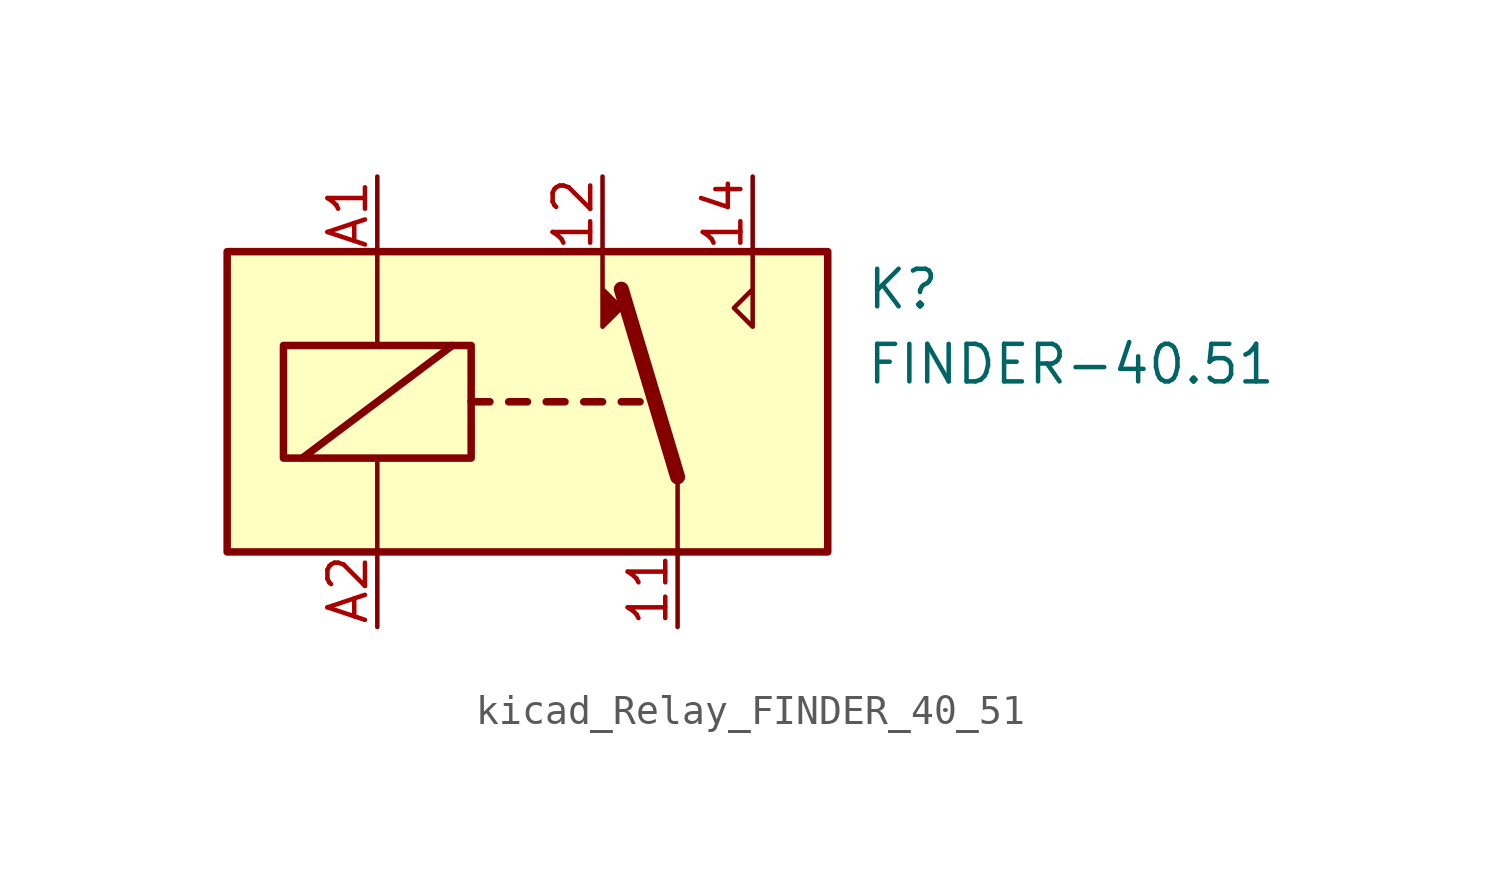
<source format=kicad_sym>
(kicad_symbol_lib
  (version 20220914)
  (generator kicad_symbol_editor)
  (symbol "kicad_Relay_FINDER_40_51"
    (property "Reference" "K"
      (at 11.43 3.81 0)
      (effects (font (size 1.27 1.27)) (justify left)))
    (property "Value" "FINDER-40.51"
      (at 11.43 1.27 0)
      (effects (font (size 1.27 1.27)) (justify left)))
    (symbol "kicad_Relay_FINDER_40_51_0_0"
      (polyline (pts (xy 7.62 5.08) (xy 7.62 2.54) (xy 6.985 3.175) (xy 7.62 3.81)) (stroke (width 0) (type default)) (fill (type none))))
    (symbol "kicad_Relay_FINDER_40_51_0_1"
      (rectangle (start -10.16 5.08) (end 10.16 -5.08) (stroke (width 0.254) (type default)) (fill (type background)))
      (rectangle (start -8.255 1.905) (end -1.905 -1.905) (stroke (width 0.254) (type default)) (fill (type none)))
      (polyline (pts (xy -7.62 -1.905) (xy -2.54 1.905)) (stroke (width 0.254) (type default)) (fill (type none)))
      (polyline (pts (xy -5.08 -5.08) (xy -5.08 -1.905)) (stroke (width 0) (type default)) (fill (type none)))
      (polyline (pts (xy -5.08 5.08) (xy -5.08 1.905)) (stroke (width 0) (type default)) (fill (type none)))
      (polyline (pts (xy -1.905 0) (xy -1.27 0)) (stroke (width 0.254) (type default)) (fill (type none)))
      (polyline (pts (xy -0.635 0) (xy 0 0)) (stroke (width 0.254) (type default)) (fill (type none)))
      (polyline (pts (xy 0.635 0) (xy 1.27 0)) (stroke (width 0.254) (type default)) (fill (type none)))
      (polyline (pts (xy 1.905 0) (xy 2.54 0)) (stroke (width 0.254) (type default)) (fill (type none)))
      (polyline (pts (xy 3.175 0) (xy 3.81 0)) (stroke (width 0.254) (type default)) (fill (type none)))
      (polyline (pts (xy 5.08 -2.54) (xy 3.175 3.81)) (stroke (width 0.508) (type default)) (fill (type none)))
      (polyline (pts (xy 5.08 -2.54) (xy 5.08 -5.08)) (stroke (width 0) (type default)) (fill (type none)))
      (polyline (pts (xy 2.54 5.08) (xy 2.54 2.54) (xy 3.175 3.175) (xy 2.54 3.81)) (stroke (width 0) (type default)) (fill (type outline))))
    (symbol "kicad_Relay_FINDER_40_51_1_1"
      (pin passive line (at 5.08 -7.62 90) (length 2.54) (name "~" (effects (font (size 1.27 1.27)))) (number "11" (effects (font (size 1.27 1.27)))))
      (pin passive line (at 2.54 7.62 270) (length 2.54) (name "~" (effects (font (size 1.27 1.27)))) (number "12" (effects (font (size 1.27 1.27)))))
      (pin passive line (at 7.62 7.62 270) (length 2.54) (name "~" (effects (font (size 1.27 1.27)))) (number "14" (effects (font (size 1.27 1.27)))))
      (pin passive line (at -5.08 7.62 270) (length 2.54) (name "~" (effects (font (size 1.27 1.27)))) (number "A1" (effects (font (size 1.27 1.27)))))
      (pin passive line (at -5.08 -7.62 90) (length 2.54) (name "~" (effects (font (size 1.27 1.27)))) (number "A2" (effects (font (size 1.27 1.27))))))))
</source>
